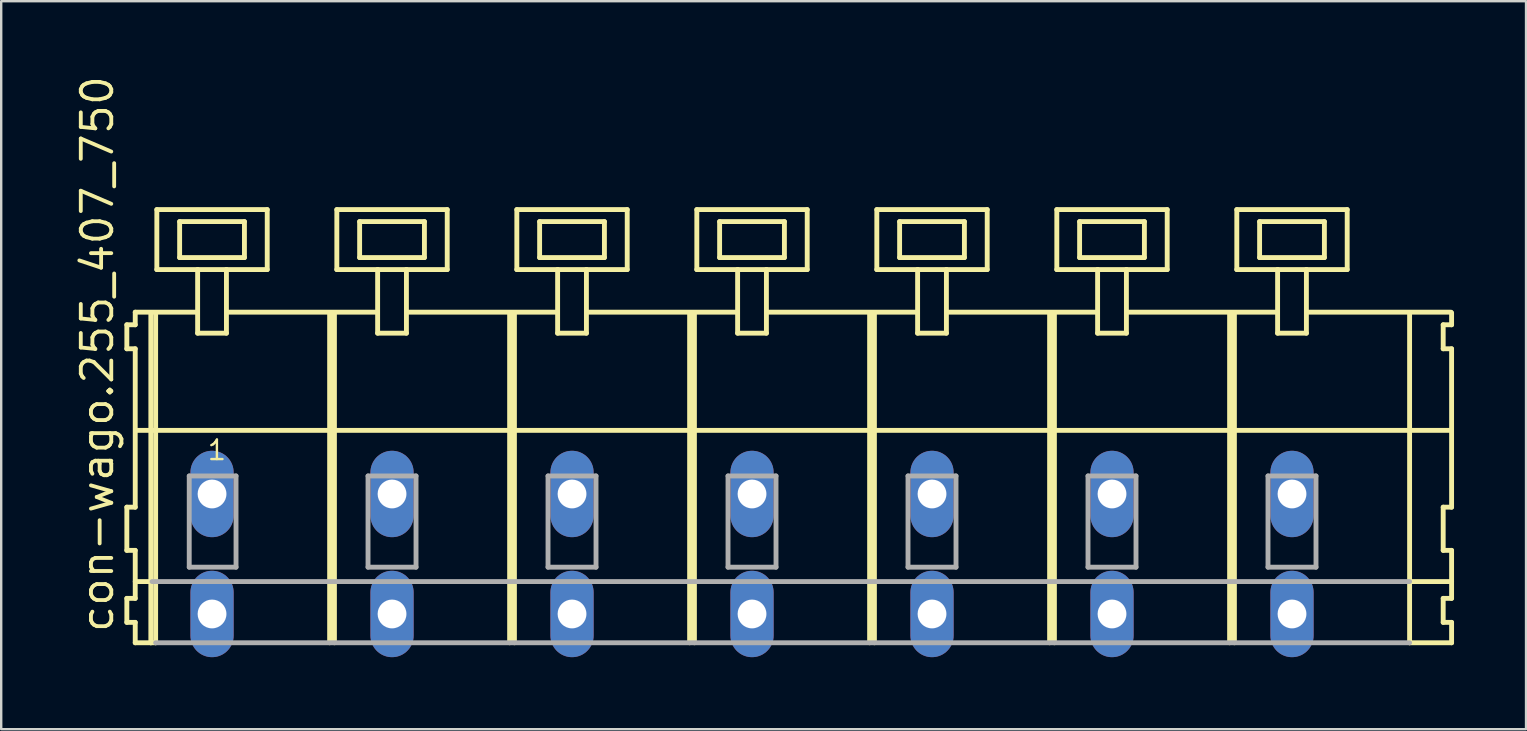
<source format=kicad_pcb>
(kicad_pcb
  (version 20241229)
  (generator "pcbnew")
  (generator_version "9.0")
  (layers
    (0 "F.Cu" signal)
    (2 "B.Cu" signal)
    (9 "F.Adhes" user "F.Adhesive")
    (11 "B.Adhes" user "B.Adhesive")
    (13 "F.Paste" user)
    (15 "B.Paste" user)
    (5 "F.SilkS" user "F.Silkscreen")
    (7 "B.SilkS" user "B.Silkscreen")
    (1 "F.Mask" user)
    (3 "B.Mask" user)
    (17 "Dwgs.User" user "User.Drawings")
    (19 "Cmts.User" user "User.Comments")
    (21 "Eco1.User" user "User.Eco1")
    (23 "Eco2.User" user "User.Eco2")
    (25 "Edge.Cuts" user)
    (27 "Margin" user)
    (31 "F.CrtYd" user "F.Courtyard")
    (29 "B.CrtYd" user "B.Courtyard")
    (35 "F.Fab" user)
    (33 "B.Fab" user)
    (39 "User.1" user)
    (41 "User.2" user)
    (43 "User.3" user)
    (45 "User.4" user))
  (footprint "con-wago.255_407_750"
    (layer "F.Cu")
    (at 25.785 17.533)
    (property "Reference" "con-wago.255_407_750" (at -24.035 5.855 90) (layer "F.SilkS") (effects (font (size 1.27 1.27) (thickness 0.16)) (justify left bottom)))
    (attr through_hole)
    (fp_line (start -23.55 -7.05) (end -23.55 -6.05) (stroke (width 0.203) (type default)) (layer "F.SilkS"))
    (fp_line (start -23.55 -6.05) (end -23.2 -6.05) (stroke (width 0.203) (type default)) (layer "F.SilkS"))
    (fp_line (start -23.55 0.55) (end -23.55 2.35) (stroke (width 0.203) (type default)) (layer "F.SilkS"))
    (fp_line (start -23.55 2.35) (end -23.2 2.35) (stroke (width 0.203) (type default)) (layer "F.SilkS"))
    (fp_line (start -23.55 4.35) (end -23.55 5.35) (stroke (width 0.203) (type default)) (layer "F.SilkS"))
    (fp_line (start -23.55 5.35) (end -23.2 5.35) (stroke (width 0.203) (type default)) (layer "F.SilkS"))
    (fp_line (start -23.2 -7.575) (end -23.2 -7.05) (stroke (width 0.203) (type default)) (layer "F.SilkS"))
    (fp_line (start -23.2 -7.575) (end -20.625 -7.575) (stroke (width 0.203) (type default)) (layer "F.SilkS"))
    (fp_line (start -23.2 -7.05) (end -23.55 -7.05) (stroke (width 0.203) (type default)) (layer "F.SilkS"))
    (fp_line (start -23.2 -6.05) (end -23.2 0.55) (stroke (width 0.203) (type default)) (layer "F.SilkS"))
    (fp_line (start -23.2 0.55) (end -23.55 0.55) (stroke (width 0.203) (type default)) (layer "F.SilkS"))
    (fp_line (start -23.2 2.35) (end -23.2 4.35) (stroke (width 0.203) (type default)) (layer "F.SilkS"))
    (fp_line (start -23.2 3.65) (end -22.5 3.65) (stroke (width 0.203) (type default)) (layer "F.SilkS"))
    (fp_line (start -23.2 4.35) (end -23.55 4.35) (stroke (width 0.203) (type default)) (layer "F.SilkS"))
    (fp_line (start -23.2 5.35) (end -23.2 6.2) (stroke (width 0.203) (type default)) (layer "F.SilkS"))
    (fp_line (start -23.2 6.2) (end -22.55 6.2) (stroke (width 0.203) (type default)) (layer "F.SilkS"))
    (fp_line (start -23.15 -2.65) (end 31.6 -2.65) (stroke (width 0.203) (type default)) (layer "F.SilkS"))
    (fp_line (start -22.55 -7.55) (end -22.55 6.2) (stroke (width 0.203) (type default)) (layer "F.SilkS"))
    (fp_line (start -22.55 6.2) (end -22.35 6.2) (stroke (width 0.203) (type default)) (layer "F.SilkS"))
    (fp_line (start -22.35 -7.55) (end -22.35 6.2) (stroke (width 0.203) (type default)) (layer "F.SilkS"))
    (fp_line (start -22.3 -11.85) (end -22.3 -9.35) (stroke (width 0.203) (type default)) (layer "F.SilkS"))
    (fp_line (start -22.3 -9.35) (end -20.6 -9.35) (stroke (width 0.203) (type default)) (layer "F.SilkS"))
    (fp_line (start -21.35 -11.35) (end -21.35 -9.85) (stroke (width 0.203) (type default)) (layer "F.SilkS"))
    (fp_line (start -21.35 -9.85) (end -18.65 -9.85) (stroke (width 0.203) (type default)) (layer "F.SilkS"))
    (fp_line (start -20.6 -9.35) (end -20.6 -6.7) (stroke (width 0.203) (type default)) (layer "F.SilkS"))
    (fp_line (start -20.6 -9.35) (end -19.4 -9.35) (stroke (width 0.203) (type default)) (layer "F.SilkS"))
    (fp_line (start -20.6 -6.7) (end -19.4 -6.7) (stroke (width 0.203) (type default)) (layer "F.SilkS"))
    (fp_line (start -19.4 -9.35) (end -17.7 -9.35) (stroke (width 0.203) (type default)) (layer "F.SilkS"))
    (fp_line (start -19.4 -6.7) (end -19.4 -9.35) (stroke (width 0.203) (type default)) (layer "F.SilkS"))
    (fp_line (start -19.325 -7.575) (end -13.125 -7.575) (stroke (width 0.203) (type default)) (layer "F.SilkS"))
    (fp_line (start -18.65 -11.35) (end -21.35 -11.35) (stroke (width 0.203) (type default)) (layer "F.SilkS"))
    (fp_line (start -18.65 -9.85) (end -18.65 -11.35) (stroke (width 0.203) (type default)) (layer "F.SilkS"))
    (fp_line (start -17.7 -11.85) (end -22.3 -11.85) (stroke (width 0.203) (type default)) (layer "F.SilkS"))
    (fp_line (start -17.7 -9.35) (end -17.7 -11.85) (stroke (width 0.203) (type default)) (layer "F.SilkS"))
    (fp_line (start -15.1 -7.55) (end -15.1 6.2) (stroke (width 0.203) (type default)) (layer "F.SilkS"))
    (fp_line (start -14.9 -7.55) (end -14.9 6.2) (stroke (width 0.203) (type default)) (layer "F.SilkS"))
    (fp_line (start -14.8 -11.85) (end -14.8 -9.35) (stroke (width 0.203) (type default)) (layer "F.SilkS"))
    (fp_line (start -14.8 -9.35) (end -13.1 -9.35) (stroke (width 0.203) (type default)) (layer "F.SilkS"))
    (fp_line (start -13.85 -11.35) (end -13.85 -9.85) (stroke (width 0.203) (type default)) (layer "F.SilkS"))
    (fp_line (start -13.85 -9.85) (end -11.15 -9.85) (stroke (width 0.203) (type default)) (layer "F.SilkS"))
    (fp_line (start -13.1 -9.35) (end -13.1 -6.7) (stroke (width 0.203) (type default)) (layer "F.SilkS"))
    (fp_line (start -13.1 -9.35) (end -11.9 -9.35) (stroke (width 0.203) (type default)) (layer "F.SilkS"))
    (fp_line (start -13.1 -6.7) (end -11.9 -6.7) (stroke (width 0.203) (type default)) (layer "F.SilkS"))
    (fp_line (start -11.9 -9.35) (end -10.2 -9.35) (stroke (width 0.203) (type default)) (layer "F.SilkS"))
    (fp_line (start -11.9 -6.7) (end -11.9 -9.35) (stroke (width 0.203) (type default)) (layer "F.SilkS"))
    (fp_line (start -11.825 -7.575) (end -5.625 -7.575) (stroke (width 0.203) (type default)) (layer "F.SilkS"))
    (fp_line (start -11.15 -11.35) (end -13.85 -11.35) (stroke (width 0.203) (type default)) (layer "F.SilkS"))
    (fp_line (start -11.15 -9.85) (end -11.15 -11.35) (stroke (width 0.203) (type default)) (layer "F.SilkS"))
    (fp_line (start -10.2 -11.85) (end -14.8 -11.85) (stroke (width 0.203) (type default)) (layer "F.SilkS"))
    (fp_line (start -10.2 -9.35) (end -10.2 -11.85) (stroke (width 0.203) (type default)) (layer "F.SilkS"))
    (fp_line (start -7.6 -7.55) (end -7.6 6.2) (stroke (width 0.203) (type default)) (layer "F.SilkS"))
    (fp_line (start -7.4 -7.55) (end -7.4 6.2) (stroke (width 0.203) (type default)) (layer "F.SilkS"))
    (fp_line (start -7.3 -11.85) (end -7.3 -9.35) (stroke (width 0.203) (type default)) (layer "F.SilkS"))
    (fp_line (start -7.3 -9.35) (end -5.6 -9.35) (stroke (width 0.203) (type default)) (layer "F.SilkS"))
    (fp_line (start -6.35 -11.35) (end -6.35 -9.85) (stroke (width 0.203) (type default)) (layer "F.SilkS"))
    (fp_line (start -6.35 -9.85) (end -3.65 -9.85) (stroke (width 0.203) (type default)) (layer "F.SilkS"))
    (fp_line (start -5.6 -9.35) (end -5.6 -6.7) (stroke (width 0.203) (type default)) (layer "F.SilkS"))
    (fp_line (start -5.6 -9.35) (end -4.4 -9.35) (stroke (width 0.203) (type default)) (layer "F.SilkS"))
    (fp_line (start -5.6 -6.7) (end -4.4 -6.7) (stroke (width 0.203) (type default)) (layer "F.SilkS"))
    (fp_line (start -4.4 -9.35) (end -2.7 -9.35) (stroke (width 0.203) (type default)) (layer "F.SilkS"))
    (fp_line (start -4.4 -6.7) (end -4.4 -9.35) (stroke (width 0.203) (type default)) (layer "F.SilkS"))
    (fp_line (start -4.325 -7.575) (end 1.875 -7.575) (stroke (width 0.203) (type default)) (layer "F.SilkS"))
    (fp_line (start -3.65 -11.35) (end -6.35 -11.35) (stroke (width 0.203) (type default)) (layer "F.SilkS"))
    (fp_line (start -3.65 -9.85) (end -3.65 -11.35) (stroke (width 0.203) (type default)) (layer "F.SilkS"))
    (fp_line (start -2.7 -11.85) (end -7.3 -11.85) (stroke (width 0.203) (type default)) (layer "F.SilkS"))
    (fp_line (start -2.7 -9.35) (end -2.7 -11.85) (stroke (width 0.203) (type default)) (layer "F.SilkS"))
    (fp_line (start -0.1 -7.55) (end -0.1 6.2) (stroke (width 0.203) (type default)) (layer "F.SilkS"))
    (fp_line (start 0.1 -7.55) (end 0.1 6.2) (stroke (width 0.203) (type default)) (layer "F.SilkS"))
    (fp_line (start 0.2 -11.85) (end 0.2 -9.35) (stroke (width 0.203) (type default)) (layer "F.SilkS"))
    (fp_line (start 0.2 -9.35) (end 1.9 -9.35) (stroke (width 0.203) (type default)) (layer "F.SilkS"))
    (fp_line (start 1.15 -11.35) (end 1.15 -9.85) (stroke (width 0.203) (type default)) (layer "F.SilkS"))
    (fp_line (start 1.15 -9.85) (end 3.85 -9.85) (stroke (width 0.203) (type default)) (layer "F.SilkS"))
    (fp_line (start 1.9 -9.35) (end 1.9 -6.7) (stroke (width 0.203) (type default)) (layer "F.SilkS"))
    (fp_line (start 1.9 -9.35) (end 3.1 -9.35) (stroke (width 0.203) (type default)) (layer "F.SilkS"))
    (fp_line (start 1.9 -6.7) (end 3.1 -6.7) (stroke (width 0.203) (type default)) (layer "F.SilkS"))
    (fp_line (start 3.1 -9.35) (end 4.8 -9.35) (stroke (width 0.203) (type default)) (layer "F.SilkS"))
    (fp_line (start 3.1 -6.7) (end 3.1 -9.35) (stroke (width 0.203) (type default)) (layer "F.SilkS"))
    (fp_line (start 3.175 -7.575) (end 9.375 -7.575) (stroke (width 0.203) (type default)) (layer "F.SilkS"))
    (fp_line (start 3.85 -11.35) (end 1.15 -11.35) (stroke (width 0.203) (type default)) (layer "F.SilkS"))
    (fp_line (start 3.85 -9.85) (end 3.85 -11.35) (stroke (width 0.203) (type default)) (layer "F.SilkS"))
    (fp_line (start 4.8 -11.85) (end 0.2 -11.85) (stroke (width 0.203) (type default)) (layer "F.SilkS"))
    (fp_line (start 4.8 -9.35) (end 4.8 -11.85) (stroke (width 0.203) (type default)) (layer "F.SilkS"))
    (fp_line (start 7.4 -7.55) (end 7.4 6.2) (stroke (width 0.203) (type default)) (layer "F.SilkS"))
    (fp_line (start 7.6 -7.55) (end 7.6 6.2) (stroke (width 0.203) (type default)) (layer "F.SilkS"))
    (fp_line (start 7.7 -11.85) (end 7.7 -9.35) (stroke (width 0.203) (type default)) (layer "F.SilkS"))
    (fp_line (start 7.7 -9.35) (end 9.4 -9.35) (stroke (width 0.203) (type default)) (layer "F.SilkS"))
    (fp_line (start 8.65 -11.35) (end 8.65 -9.85) (stroke (width 0.203) (type default)) (layer "F.SilkS"))
    (fp_line (start 8.65 -9.85) (end 11.35 -9.85) (stroke (width 0.203) (type default)) (layer "F.SilkS"))
    (fp_line (start 9.4 -9.35) (end 9.4 -6.7) (stroke (width 0.203) (type default)) (layer "F.SilkS"))
    (fp_line (start 9.4 -9.35) (end 10.6 -9.35) (stroke (width 0.203) (type default)) (layer "F.SilkS"))
    (fp_line (start 9.4 -6.7) (end 10.6 -6.7) (stroke (width 0.203) (type default)) (layer "F.SilkS"))
    (fp_line (start 10.6 -9.35) (end 12.3 -9.35) (stroke (width 0.203) (type default)) (layer "F.SilkS"))
    (fp_line (start 10.6 -6.7) (end 10.6 -9.35) (stroke (width 0.203) (type default)) (layer "F.SilkS"))
    (fp_line (start 10.675 -7.575) (end 16.875 -7.575) (stroke (width 0.203) (type default)) (layer "F.SilkS"))
    (fp_line (start 11.35 -11.35) (end 8.65 -11.35) (stroke (width 0.203) (type default)) (layer "F.SilkS"))
    (fp_line (start 11.35 -9.85) (end 11.35 -11.35) (stroke (width 0.203) (type default)) (layer "F.SilkS"))
    (fp_line (start 12.3 -11.85) (end 7.7 -11.85) (stroke (width 0.203) (type default)) (layer "F.SilkS"))
    (fp_line (start 12.3 -9.35) (end 12.3 -11.85) (stroke (width 0.203) (type default)) (layer "F.SilkS"))
    (fp_line (start 14.9 -7.55) (end 14.9 6.2) (stroke (width 0.203) (type default)) (layer "F.SilkS"))
    (fp_line (start 15.1 -7.55) (end 15.1 6.2) (stroke (width 0.203) (type default)) (layer "F.SilkS"))
    (fp_line (start 15.2 -11.85) (end 15.2 -9.35) (stroke (width 0.203) (type default)) (layer "F.SilkS"))
    (fp_line (start 15.2 -9.35) (end 16.9 -9.35) (stroke (width 0.203) (type default)) (layer "F.SilkS"))
    (fp_line (start 16.15 -11.35) (end 16.15 -9.85) (stroke (width 0.203) (type default)) (layer "F.SilkS"))
    (fp_line (start 16.15 -9.85) (end 18.85 -9.85) (stroke (width 0.203) (type default)) (layer "F.SilkS"))
    (fp_line (start 16.9 -9.35) (end 16.9 -6.7) (stroke (width 0.203) (type default)) (layer "F.SilkS"))
    (fp_line (start 16.9 -9.35) (end 18.1 -9.35) (stroke (width 0.203) (type default)) (layer "F.SilkS"))
    (fp_line (start 16.9 -6.7) (end 18.1 -6.7) (stroke (width 0.203) (type default)) (layer "F.SilkS"))
    (fp_line (start 18.1 -9.35) (end 19.8 -9.35) (stroke (width 0.203) (type default)) (layer "F.SilkS"))
    (fp_line (start 18.1 -6.7) (end 18.1 -9.35) (stroke (width 0.203) (type default)) (layer "F.SilkS"))
    (fp_line (start 18.175 -7.575) (end 24.375 -7.575) (stroke (width 0.203) (type default)) (layer "F.SilkS"))
    (fp_line (start 18.85 -11.35) (end 16.15 -11.35) (stroke (width 0.203) (type default)) (layer "F.SilkS"))
    (fp_line (start 18.85 -9.85) (end 18.85 -11.35) (stroke (width 0.203) (type default)) (layer "F.SilkS"))
    (fp_line (start 19.8 -11.85) (end 15.2 -11.85) (stroke (width 0.203) (type default)) (layer "F.SilkS"))
    (fp_line (start 19.8 -9.35) (end 19.8 -11.85) (stroke (width 0.203) (type default)) (layer "F.SilkS"))
    (fp_line (start 22.4 -7.55) (end 22.4 6.2) (stroke (width 0.203) (type default)) (layer "F.SilkS"))
    (fp_line (start 22.6 -7.55) (end 22.6 6.2) (stroke (width 0.203) (type default)) (layer "F.SilkS"))
    (fp_line (start 22.7 -11.85) (end 22.7 -9.35) (stroke (width 0.203) (type default)) (layer "F.SilkS"))
    (fp_line (start 22.7 -9.35) (end 24.4 -9.35) (stroke (width 0.203) (type default)) (layer "F.SilkS"))
    (fp_line (start 23.65 -11.35) (end 23.65 -9.85) (stroke (width 0.203) (type default)) (layer "F.SilkS"))
    (fp_line (start 23.65 -9.85) (end 26.35 -9.85) (stroke (width 0.203) (type default)) (layer "F.SilkS"))
    (fp_line (start 24.4 -9.35) (end 24.4 -6.7) (stroke (width 0.203) (type default)) (layer "F.SilkS"))
    (fp_line (start 24.4 -9.35) (end 25.6 -9.35) (stroke (width 0.203) (type default)) (layer "F.SilkS"))
    (fp_line (start 24.4 -6.7) (end 25.6 -6.7) (stroke (width 0.203) (type default)) (layer "F.SilkS"))
    (fp_line (start 25.6 -9.35) (end 27.3 -9.35) (stroke (width 0.203) (type default)) (layer "F.SilkS"))
    (fp_line (start 25.6 -6.7) (end 25.6 -9.35) (stroke (width 0.203) (type default)) (layer "F.SilkS"))
    (fp_line (start 25.625 -7.575) (end 31.625 -7.575) (stroke (width 0.203) (type default)) (layer "F.SilkS"))
    (fp_line (start 26.35 -11.35) (end 23.65 -11.35) (stroke (width 0.203) (type default)) (layer "F.SilkS"))
    (fp_line (start 26.35 -9.85) (end 26.35 -11.35) (stroke (width 0.203) (type default)) (layer "F.SilkS"))
    (fp_line (start 27.3 -11.85) (end 22.7 -11.85) (stroke (width 0.203) (type default)) (layer "F.SilkS"))
    (fp_line (start 27.3 -9.35) (end 27.3 -11.85) (stroke (width 0.203) (type default)) (layer "F.SilkS"))
    (fp_line (start 29.9 -7.55) (end 29.9 6.2) (stroke (width 0.203) (type default)) (layer "F.SilkS"))
    (fp_line (start 29.9 6.2) (end 31.65 6.2) (stroke (width 0.203) (type default)) (layer "F.SilkS"))
    (fp_line (start 29.95 3.65) (end 31.65 3.65) (stroke (width 0.203) (type default)) (layer "F.SilkS"))
    (fp_line (start 31.3 -7.05) (end 31.3 -6.05) (stroke (width 0.203) (type default)) (layer "F.SilkS"))
    (fp_line (start 31.3 -6.05) (end 31.65 -6.05) (stroke (width 0.203) (type default)) (layer "F.SilkS"))
    (fp_line (start 31.3 0.55) (end 31.3 2.35) (stroke (width 0.203) (type default)) (layer "F.SilkS"))
    (fp_line (start 31.3 2.35) (end 31.65 2.35) (stroke (width 0.203) (type default)) (layer "F.SilkS"))
    (fp_line (start 31.3 4.35) (end 31.3 5.35) (stroke (width 0.203) (type default)) (layer "F.SilkS"))
    (fp_line (start 31.3 5.35) (end 31.65 5.35) (stroke (width 0.203) (type default)) (layer "F.SilkS"))
    (fp_line (start 31.65 -7.05) (end 31.3 -7.05) (stroke (width 0.203) (type default)) (layer "F.SilkS"))
    (fp_line (start 31.65 -7.05) (end 31.65 -7.55) (stroke (width 0.203) (type default)) (layer "F.SilkS"))
    (fp_line (start 31.65 0.55) (end 31.3 0.55) (stroke (width 0.203) (type default)) (layer "F.SilkS"))
    (fp_line (start 31.65 0.55) (end 31.65 -6.05) (stroke (width 0.203) (type default)) (layer "F.SilkS"))
    (fp_line (start 31.65 3.65) (end 31.65 2.35) (stroke (width 0.203) (type default)) (layer "F.SilkS"))
    (fp_line (start 31.65 4.35) (end 31.3 4.35) (stroke (width 0.203) (type default)) (layer "F.SilkS"))
    (fp_line (start 31.65 4.35) (end 31.65 3.65) (stroke (width 0.203) (type default)) (layer "F.SilkS"))
    (fp_line (start 31.65 6.2) (end 31.65 5.35) (stroke (width 0.203) (type default)) (layer "F.SilkS"))
    (fp_line (start -22.5 3.65) (end 29.9 3.65) (stroke (width 0.203) (type default)) (layer "F.Fab"))
    (fp_line (start -22.35 6.2) (end 29.9 6.2) (stroke (width 0.203) (type default)) (layer "F.Fab"))
    (fp_line (start -20.95 -0.75) (end -20.95 3.05) (stroke (width 0.203) (type default)) (layer "F.Fab"))
    (fp_line (start -20.95 3.05) (end -19 3.05) (stroke (width 0.203) (type default)) (layer "F.Fab"))
    (fp_line (start -19 -0.75) (end -20.95 -0.75) (stroke (width 0.203) (type default)) (layer "F.Fab"))
    (fp_line (start -19 3.05) (end -19 -0.75) (stroke (width 0.203) (type default)) (layer "F.Fab"))
    (fp_line (start -13.5 -0.75) (end -13.5 3.05) (stroke (width 0.203) (type default)) (layer "F.Fab"))
    (fp_line (start -13.5 3.05) (end -11.5 3.05) (stroke (width 0.203) (type default)) (layer "F.Fab"))
    (fp_line (start -11.5 -0.75) (end -13.5 -0.75) (stroke (width 0.203) (type default)) (layer "F.Fab"))
    (fp_line (start -11.5 3.05) (end -11.5 -0.75) (stroke (width 0.203) (type default)) (layer "F.Fab"))
    (fp_line (start -6 -0.75) (end -6 3.05) (stroke (width 0.203) (type default)) (layer "F.Fab"))
    (fp_line (start -6 3.05) (end -4 3.05) (stroke (width 0.203) (type default)) (layer "F.Fab"))
    (fp_line (start -4 -0.75) (end -6 -0.75) (stroke (width 0.203) (type default)) (layer "F.Fab"))
    (fp_line (start -4 3.05) (end -4 -0.75) (stroke (width 0.203) (type default)) (layer "F.Fab"))
    (fp_line (start 1.5 -0.75) (end 1.5 3.05) (stroke (width 0.203) (type default)) (layer "F.Fab"))
    (fp_line (start 1.5 3.05) (end 3.5 3.05) (stroke (width 0.203) (type default)) (layer "F.Fab"))
    (fp_line (start 3.5 -0.75) (end 1.5 -0.75) (stroke (width 0.203) (type default)) (layer "F.Fab"))
    (fp_line (start 3.5 3.05) (end 3.5 -0.75) (stroke (width 0.203) (type default)) (layer "F.Fab"))
    (fp_line (start 9 -0.75) (end 9 3.05) (stroke (width 0.203) (type default)) (layer "F.Fab"))
    (fp_line (start 9 3.05) (end 11 3.05) (stroke (width 0.203) (type default)) (layer "F.Fab"))
    (fp_line (start 11 -0.75) (end 9 -0.75) (stroke (width 0.203) (type default)) (layer "F.Fab"))
    (fp_line (start 11 3.05) (end 11 -0.75) (stroke (width 0.203) (type default)) (layer "F.Fab"))
    (fp_line (start 16.5 -0.75) (end 16.5 3.05) (stroke (width 0.203) (type default)) (layer "F.Fab"))
    (fp_line (start 16.5 3.05) (end 18.5 3.05) (stroke (width 0.203) (type default)) (layer "F.Fab"))
    (fp_line (start 18.5 -0.75) (end 16.5 -0.75) (stroke (width 0.203) (type default)) (layer "F.Fab"))
    (fp_line (start 18.5 3.05) (end 18.5 -0.75) (stroke (width 0.203) (type default)) (layer "F.Fab"))
    (fp_line (start 24 -0.75) (end 24 3.05) (stroke (width 0.203) (type default)) (layer "F.Fab"))
    (fp_line (start 24 3.05) (end 26 3.05) (stroke (width 0.203) (type default)) (layer "F.Fab"))
    (fp_line (start 26 -0.75) (end 24 -0.75) (stroke (width 0.203) (type default)) (layer "F.Fab"))
    (fp_line (start 26 3.05) (end 26 -0.75) (stroke (width 0.203) (type default)) (layer "F.Fab"))
    (fp_text user "1" (at -20.25 -1.35 0) (layer "F.SilkS") (effects (font (size 0.813 0.813) (thickness 0.1)) (justify left bottom)))
    (pad "A1" thru_hole oval (at -20 0 90) (size 3.6 1.8) (drill 1.2) (layers "*.Cu" "*.Mask"))
    (pad "A2" thru_hole oval (at -12.5 0 90) (size 3.6 1.8) (drill 1.2) (layers "*.Cu" "*.Mask"))
    (pad "A3" thru_hole oval (at -5 0 90) (size 3.6 1.8) (drill 1.2) (layers "*.Cu" "*.Mask"))
    (pad "A4" thru_hole oval (at 2.5 0 90) (size 3.6 1.8) (drill 1.2) (layers "*.Cu" "*.Mask"))
    (pad "A5" thru_hole oval (at 10 0 90) (size 3.6 1.8) (drill 1.2) (layers "*.Cu" "*.Mask"))
    (pad "A6" thru_hole oval (at 17.5 0 90) (size 3.6 1.8) (drill 1.2) (layers "*.Cu" "*.Mask"))
    (pad "A7" thru_hole oval (at 25 0 90) (size 3.6 1.8) (drill 1.2) (layers "*.Cu" "*.Mask"))
    (pad "B1" thru_hole oval (at -20 5 90) (size 3.6 1.8) (drill 1.2) (layers "*.Cu" "*.Mask"))
    (pad "B2" thru_hole oval (at -12.5 5 90) (size 3.6 1.8) (drill 1.2) (layers "*.Cu" "*.Mask"))
    (pad "B3" thru_hole oval (at -5 5 90) (size 3.6 1.8) (drill 1.2) (layers "*.Cu" "*.Mask"))
    (pad "B4" thru_hole oval (at 2.5 5 90) (size 3.6 1.8) (drill 1.2) (layers "*.Cu" "*.Mask"))
    (pad "B5" thru_hole oval (at 10 5 90) (size 3.6 1.8) (drill 1.2) (layers "*.Cu" "*.Mask"))
    (pad "B6" thru_hole oval (at 17.5 5 90) (size 3.6 1.8) (drill 1.2) (layers "*.Cu" "*.Mask"))
    (pad "B7" thru_hole oval (at 25 5 90) (size 3.6 1.8) (drill 1.2) (layers "*.Cu" "*.Mask")))
  (gr_rect
    (start -3 -3)
    (end 60.537 27.333)
    (stroke (width 0.1) (type default))
    (fill no)
    (layer "Edge.Cuts")))
</source>
